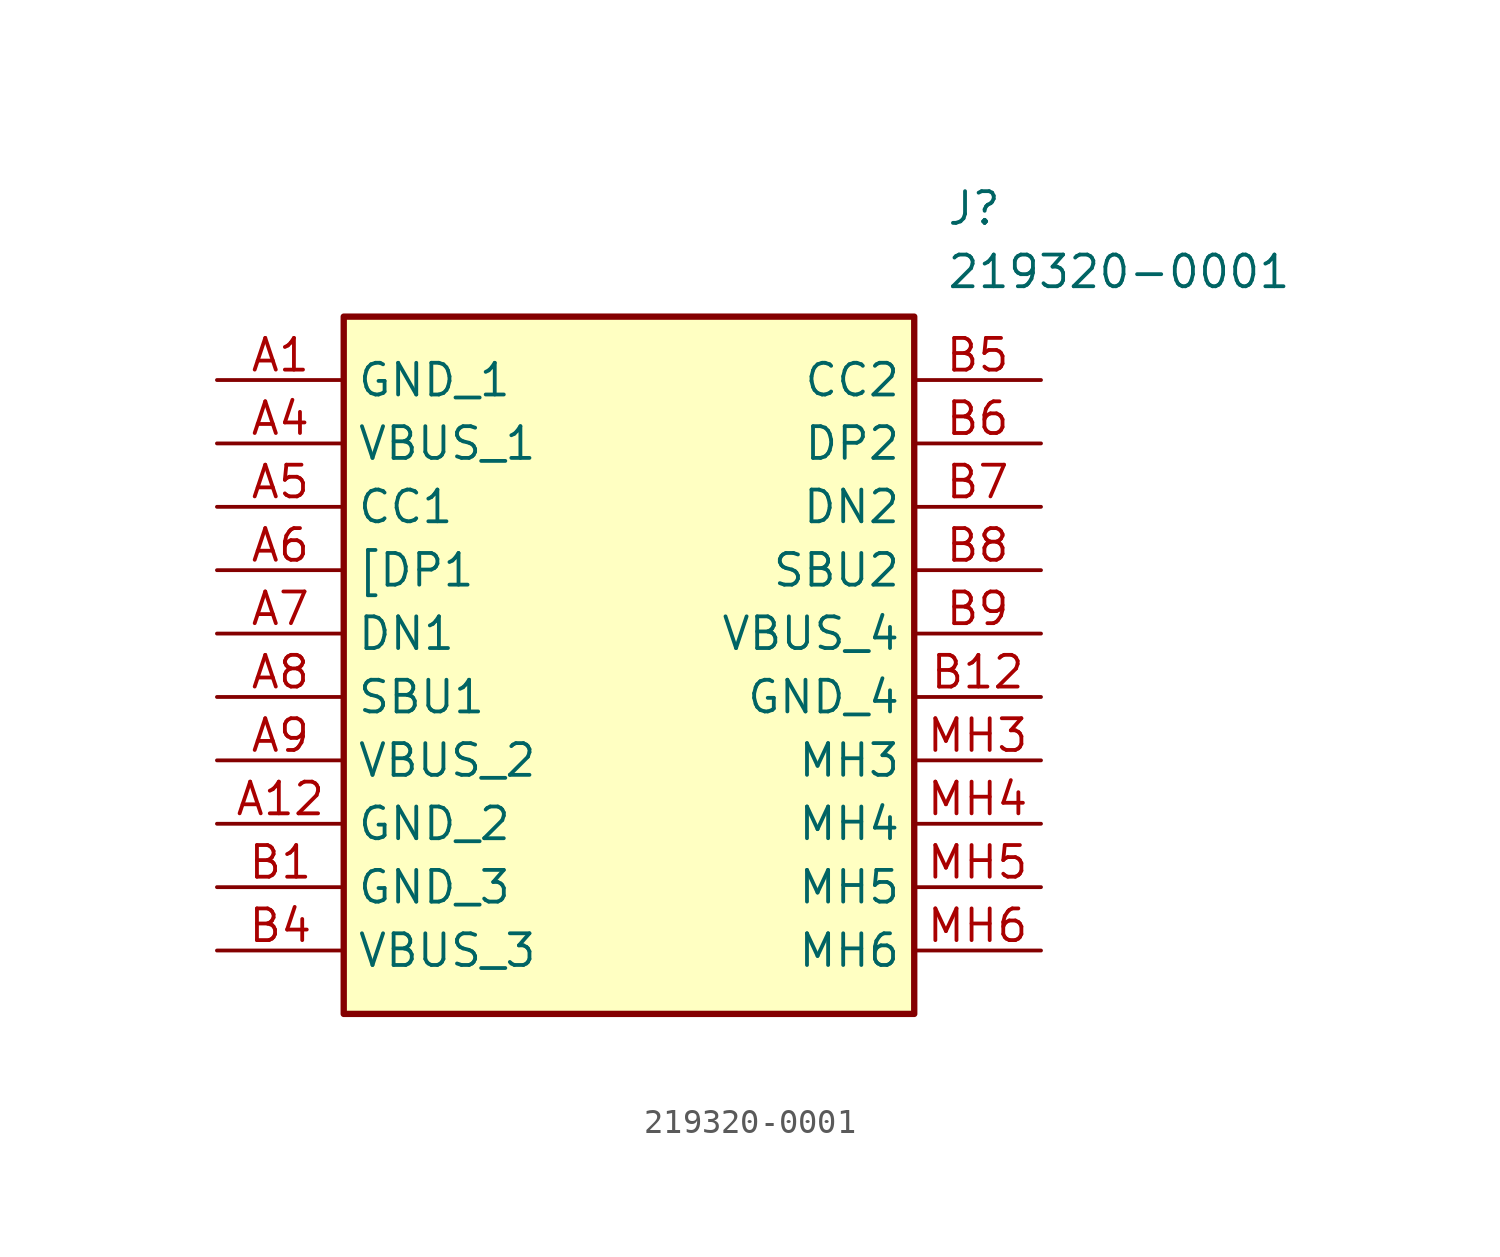
<source format=kicad_sym>
(kicad_symbol_lib
  (version 20211014)
  (generator SamacSys_ECAD_Model)
  (symbol "219320-0001"
    (property "Reference" "J"
      (at 29.21 7.62 0)
      (effects (font (size 1.27 1.27)) (justify left top)))
    (property "Value" "219320-0001"
      (at 29.21 5.08 0)
      (effects (font (size 1.27 1.27)) (justify left top)))
    (rectangle
      (start 5.08 2.54)
      (end 27.94 -25.4)
      (stroke (width 0.254) (type default))
      (fill (type background)))
    (pin passive line
      (at 0 0 0)
      (length 5.08)
      (name "GND_1" (effects (font (size 1.27 1.27))))
      (number "A1" (effects (font (size 1.27 1.27)))))
    (pin passive line
      (at 0 -2.54 0)
      (length 5.08)
      (name "VBUS_1" (effects (font (size 1.27 1.27))))
      (number "A4" (effects (font (size 1.27 1.27)))))
    (pin passive line
      (at 0 -5.08 0)
      (length 5.08)
      (name "CC1" (effects (font (size 1.27 1.27))))
      (number "A5" (effects (font (size 1.27 1.27)))))
    (pin passive line
      (at 0 -7.62 0)
      (length 5.08)
      (name "[DP1" (effects (font (size 1.27 1.27))))
      (number "A6" (effects (font (size 1.27 1.27)))))
    (pin passive line
      (at 0 -10.16 0)
      (length 5.08)
      (name "DN1" (effects (font (size 1.27 1.27))))
      (number "A7" (effects (font (size 1.27 1.27)))))
    (pin passive line
      (at 0 -12.7 0)
      (length 5.08)
      (name "SBU1" (effects (font (size 1.27 1.27))))
      (number "A8" (effects (font (size 1.27 1.27)))))
    (pin passive line
      (at 0 -15.24 0)
      (length 5.08)
      (name "VBUS_2" (effects (font (size 1.27 1.27))))
      (number "A9" (effects (font (size 1.27 1.27)))))
    (pin passive line
      (at 0 -17.78 0)
      (length 5.08)
      (name "GND_2" (effects (font (size 1.27 1.27))))
      (number "A12" (effects (font (size 1.27 1.27)))))
    (pin passive line
      (at 0 -20.32 0)
      (length 5.08)
      (name "GND_3" (effects (font (size 1.27 1.27))))
      (number "B1" (effects (font (size 1.27 1.27)))))
    (pin passive line
      (at 0 -22.86 0)
      (length 5.08)
      (name "VBUS_3" (effects (font (size 1.27 1.27))))
      (number "B4" (effects (font (size 1.27 1.27)))))
    (pin passive line
      (at 33.02 0 180)
      (length 5.08)
      (name "CC2" (effects (font (size 1.27 1.27))))
      (number "B5" (effects (font (size 1.27 1.27)))))
    (pin passive line
      (at 33.02 -2.54 180)
      (length 5.08)
      (name "DP2" (effects (font (size 1.27 1.27))))
      (number "B6" (effects (font (size 1.27 1.27)))))
    (pin passive line
      (at 33.02 -5.08 180)
      (length 5.08)
      (name "DN2" (effects (font (size 1.27 1.27))))
      (number "B7" (effects (font (size 1.27 1.27)))))
    (pin passive line
      (at 33.02 -7.62 180)
      (length 5.08)
      (name "SBU2" (effects (font (size 1.27 1.27))))
      (number "B8" (effects (font (size 1.27 1.27)))))
    (pin passive line
      (at 33.02 -10.16 180)
      (length 5.08)
      (name "VBUS_4" (effects (font (size 1.27 1.27))))
      (number "B9" (effects (font (size 1.27 1.27)))))
    (pin passive line
      (at 33.02 -12.7 180)
      (length 5.08)
      (name "GND_4" (effects (font (size 1.27 1.27))))
      (number "B12" (effects (font (size 1.27 1.27)))))
    (pin passive line
      (at 33.02 -15.24 180)
      (length 5.08)
      (name "MH3" (effects (font (size 1.27 1.27))))
      (number "MH3" (effects (font (size 1.27 1.27)))))
    (pin passive line
      (at 33.02 -17.78 180)
      (length 5.08)
      (name "MH4" (effects (font (size 1.27 1.27))))
      (number "MH4" (effects (font (size 1.27 1.27)))))
    (pin passive line
      (at 33.02 -20.32 180)
      (length 5.08)
      (name "MH5" (effects (font (size 1.27 1.27))))
      (number "MH5" (effects (font (size 1.27 1.27)))))
    (pin passive line
      (at 33.02 -22.86 180)
      (length 5.08)
      (name "MH6" (effects (font (size 1.27 1.27))))
      (number "MH6" (effects (font (size 1.27 1.27)))))))
</source>
